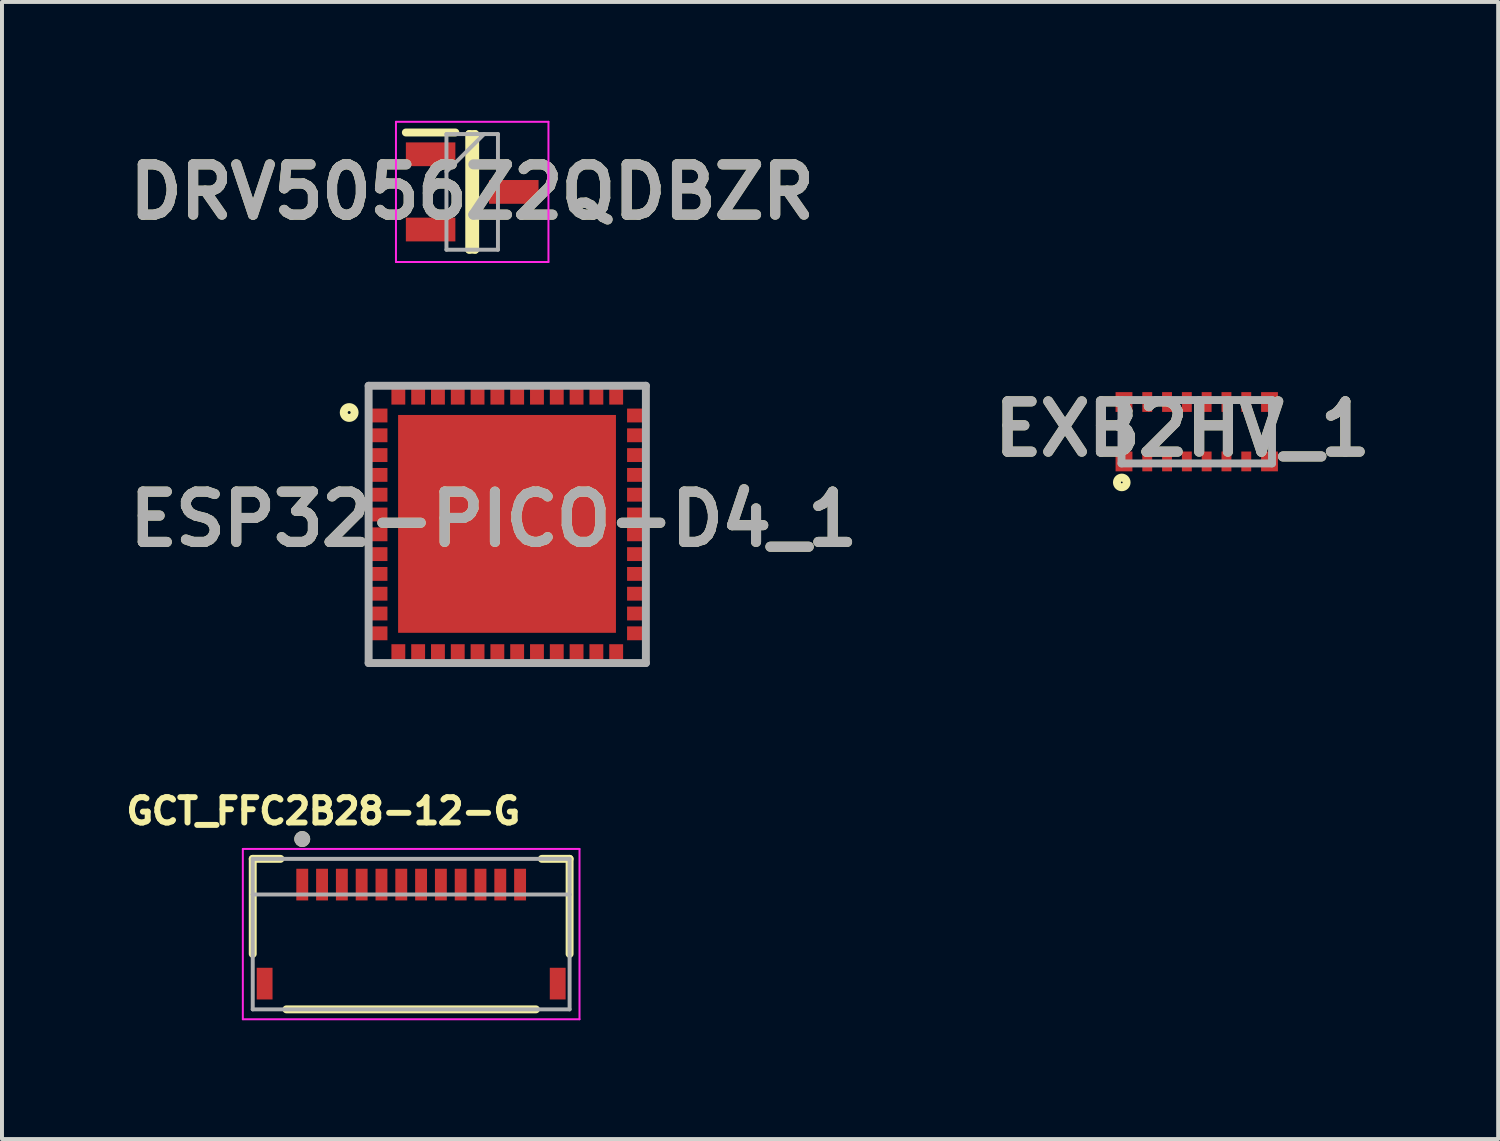
<source format=kicad_pcb>
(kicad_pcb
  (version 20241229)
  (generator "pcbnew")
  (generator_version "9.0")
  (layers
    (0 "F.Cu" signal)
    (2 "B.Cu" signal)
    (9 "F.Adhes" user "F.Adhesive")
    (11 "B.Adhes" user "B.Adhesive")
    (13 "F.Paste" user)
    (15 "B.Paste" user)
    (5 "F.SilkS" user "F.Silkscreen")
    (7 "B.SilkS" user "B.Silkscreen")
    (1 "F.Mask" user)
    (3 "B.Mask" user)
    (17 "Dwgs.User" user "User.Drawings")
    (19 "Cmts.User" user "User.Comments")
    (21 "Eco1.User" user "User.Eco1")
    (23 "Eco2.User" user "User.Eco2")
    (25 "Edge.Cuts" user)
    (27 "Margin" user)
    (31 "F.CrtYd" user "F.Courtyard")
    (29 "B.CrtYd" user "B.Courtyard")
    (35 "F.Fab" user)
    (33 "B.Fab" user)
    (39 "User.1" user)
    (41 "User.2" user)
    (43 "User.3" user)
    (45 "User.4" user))
  (footprint "DRV5056Z2QDBZR"
    (layer "F.Cu")
    (at 8.872 1.795)
    (property "Reference" "DRV5056Z2QDBZR" (at 0 0 0) (layer "F.SilkS") (effects (font (size 1.27 1.27) (thickness 0.254))))
    (attr smd)
    (fp_line (start -1.675 -1.5) (end -0.425 -1.5) (stroke (width 0.2) (type solid)) (layer "F.SilkS"))
    (fp_line (start -0.075 -1.46) (end 0.075 -1.46) (stroke (width 0.2) (type solid)) (layer "F.SilkS"))
    (fp_line (start -0.075 1.46) (end -0.075 -1.46) (stroke (width 0.2) (type solid)) (layer "F.SilkS"))
    (fp_line (start 0.075 -1.46) (end 0.075 1.46) (stroke (width 0.2) (type solid)) (layer "F.SilkS"))
    (fp_line (start 0.075 1.46) (end -0.075 1.46) (stroke (width 0.2) (type solid)) (layer "F.SilkS"))
    (fp_line (start -1.925 -1.77) (end 1.925 -1.77) (stroke (width 0.05) (type solid)) (layer "F.CrtYd"))
    (fp_line (start -1.925 1.77) (end -1.925 -1.77) (stroke (width 0.05) (type solid)) (layer "F.CrtYd"))
    (fp_line (start 1.925 -1.77) (end 1.925 1.77) (stroke (width 0.05) (type solid)) (layer "F.CrtYd"))
    (fp_line (start 1.925 1.77) (end -1.925 1.77) (stroke (width 0.05) (type solid)) (layer "F.CrtYd"))
    (fp_line (start -0.65 -1.46) (end 0.65 -1.46) (stroke (width 0.1) (type solid)) (layer "F.Fab"))
    (fp_line (start -0.65 -0.51) (end 0.3 -1.46) (stroke (width 0.1) (type solid)) (layer "F.Fab"))
    (fp_line (start -0.65 1.46) (end -0.65 -1.46) (stroke (width 0.1) (type solid)) (layer "F.Fab"))
    (fp_line (start 0.65 -1.46) (end 0.65 1.46) (stroke (width 0.1) (type solid)) (layer "F.Fab"))
    (fp_line (start 0.65 1.46) (end -0.65 1.46) (stroke (width 0.1) (type solid)) (layer "F.Fab"))
    (fp_text user "${REFERENCE}" (at 0 0 0) (layer "F.Fab") (effects (font (size 1.27 1.27) (thickness 0.254))))
    (pad "1" smd rect (at -1.05 -0.95 90) (size 0.6 1.25) (layers "F.Cu" "F.Mask" "F.Paste"))
    (pad "2" smd rect (at -1.05 0.95 90) (size 0.6 1.25) (layers "F.Cu" "F.Mask" "F.Paste"))
    (pad "3" smd rect (at 1.05 0 90) (size 0.6 1.25) (layers "F.Cu" "F.Mask" "F.Paste")))
  (footprint "EXB2HV_1"
    (layer "F.Cu")
    (at 27.165 7.85)
    (property "Reference" "EXB2HV_1" (at -0.362 -0.071 0) (layer "F.SilkS") (effects (font (size 1.27 1.27) (thickness 0.254))))
    (attr smd)
    (fp_circle (center -1.893 1.28) (end -1.893 1.302) (stroke (width 0.2) (type solid)) (fill no) (layer "F.SilkS"))
    (fp_line (start -1.9 -0.8) (end 1.9 -0.8) (stroke (width 0.2) (type solid)) (layer "F.Fab"))
    (fp_line (start -1.9 0.8) (end -1.9 -0.8) (stroke (width 0.2) (type solid)) (layer "F.Fab"))
    (fp_line (start 1.9 -0.8) (end 1.9 0.8) (stroke (width 0.2) (type solid)) (layer "F.Fab"))
    (fp_line (start 1.9 0.8) (end -1.9 0.8) (stroke (width 0.2) (type solid)) (layer "F.Fab"))
    (fp_text user "${REFERENCE}" (at -0.362 -0.071 0) (layer "F.Fab") (effects (font (size 1.27 1.27) (thickness 0.254))))
    (pad "1" smd rect (at -1.837 0.75) (size 0.425 0.5) (layers "F.Cu" "F.Mask" "F.Paste"))
    (pad "2" smd rect (at -1.25 0.75) (size 0.25 0.5) (layers "F.Cu" "F.Mask" "F.Paste"))
    (pad "3" smd rect (at -0.75 0.75) (size 0.25 0.5) (layers "F.Cu" "F.Mask" "F.Paste"))
    (pad "4" smd rect (at -0.25 0.75) (size 0.25 0.5) (layers "F.Cu" "F.Mask" "F.Paste"))
    (pad "5" smd rect (at 0.25 0.75) (size 0.25 0.5) (layers "F.Cu" "F.Mask" "F.Paste"))
    (pad "6" smd rect (at 0.75 0.75) (size 0.25 0.5) (layers "F.Cu" "F.Mask" "F.Paste"))
    (pad "7" smd rect (at 1.25 0.75) (size 0.25 0.5) (layers "F.Cu" "F.Mask" "F.Paste"))
    (pad "8" smd rect (at 1.837 0.75) (size 0.425 0.5) (layers "F.Cu" "F.Mask" "F.Paste"))
    (pad "9" smd rect (at 1.837 -0.75) (size 0.425 0.5) (layers "F.Cu" "F.Mask" "F.Paste"))
    (pad "10" smd rect (at 1.25 -0.75) (size 0.25 0.5) (layers "F.Cu" "F.Mask" "F.Paste"))
    (pad "11" smd rect (at 0.75 -0.75) (size 0.25 0.5) (layers "F.Cu" "F.Mask" "F.Paste"))
    (pad "12" smd rect (at 0.25 -0.75) (size 0.25 0.5) (layers "F.Cu" "F.Mask" "F.Paste"))
    (pad "13" smd rect (at -0.25 -0.75) (size 0.25 0.5) (layers "F.Cu" "F.Mask" "F.Paste"))
    (pad "14" smd rect (at -0.75 -0.75) (size 0.25 0.5) (layers "F.Cu" "F.Mask" "F.Paste"))
    (pad "15" smd rect (at -1.25 -0.75) (size 0.25 0.5) (layers "F.Cu" "F.Mask" "F.Paste"))
    (pad "16" smd rect (at -1.837 -0.75) (size 0.425 0.5) (layers "F.Cu" "F.Mask" "F.Paste")))
  (footprint "ESP32-PICO-D4_1"
    (layer "F.Cu")
    (at 9.757 10.19)
    (property "Reference" "ESP32-PICO-D4_1" (at -0.341 -0.132 0) (layer "F.SilkS") (effects (font (size 1.27 1.27) (thickness 0.254))))
    (attr smd)
    (fp_circle (center -3.991 -2.825) (end -3.991 -2.788) (stroke (width 0.2) (type solid)) (fill no) (layer "F.SilkS"))
    (fp_line (start -3.5 -3.5) (end 3.5 -3.5) (stroke (width 0.2) (type solid)) (layer "F.Fab"))
    (fp_line (start -3.5 3.5) (end -3.5 -3.5) (stroke (width 0.2) (type solid)) (layer "F.Fab"))
    (fp_line (start 3.5 -3.5) (end 3.5 3.5) (stroke (width 0.2) (type solid)) (layer "F.Fab"))
    (fp_line (start 3.5 3.5) (end -3.5 3.5) (stroke (width 0.2) (type solid)) (layer "F.Fab"))
    (fp_text user "${REFERENCE}" (at -0.341 -0.132 0) (layer "F.Fab") (effects (font (size 1.27 1.27) (thickness 0.254))))
    (pad "1" smd rect (at -3.3 -2.75 90) (size 0.35 0.55) (layers "F.Cu" "F.Mask" "F.Paste"))
    (pad "2" smd rect (at -3.3 -2.25 90) (size 0.35 0.55) (layers "F.Cu" "F.Mask" "F.Paste"))
    (pad "3" smd rect (at -3.3 -1.75 90) (size 0.35 0.55) (layers "F.Cu" "F.Mask" "F.Paste"))
    (pad "4" smd rect (at -3.3 -1.25 90) (size 0.35 0.55) (layers "F.Cu" "F.Mask" "F.Paste"))
    (pad "5" smd rect (at -3.3 -0.75 90) (size 0.35 0.55) (layers "F.Cu" "F.Mask" "F.Paste"))
    (pad "6" smd rect (at -3.3 -0.25 90) (size 0.35 0.55) (layers "F.Cu" "F.Mask" "F.Paste"))
    (pad "7" smd rect (at -3.3 0.25 90) (size 0.35 0.55) (layers "F.Cu" "F.Mask" "F.Paste"))
    (pad "8" smd rect (at -3.3 0.75 90) (size 0.35 0.55) (layers "F.Cu" "F.Mask" "F.Paste"))
    (pad "9" smd rect (at -3.3 1.25 90) (size 0.35 0.55) (layers "F.Cu" "F.Mask" "F.Paste"))
    (pad "10" smd rect (at -3.3 1.75 90) (size 0.35 0.55) (layers "F.Cu" "F.Mask" "F.Paste"))
    (pad "11" smd rect (at -3.3 2.25 90) (size 0.35 0.55) (layers "F.Cu" "F.Mask" "F.Paste"))
    (pad "12" smd rect (at -3.3 2.75 90) (size 0.35 0.55) (layers "F.Cu" "F.Mask" "F.Paste"))
    (pad "13" smd rect (at -2.75 3.3) (size 0.35 0.55) (layers "F.Cu" "F.Mask" "F.Paste"))
    (pad "14" smd rect (at -2.25 3.3) (size 0.35 0.55) (layers "F.Cu" "F.Mask" "F.Paste"))
    (pad "15" smd rect (at -1.75 3.3) (size 0.35 0.55) (layers "F.Cu" "F.Mask" "F.Paste"))
    (pad "16" smd rect (at -1.25 3.3) (size 0.35 0.55) (layers "F.Cu" "F.Mask" "F.Paste"))
    (pad "17" smd rect (at -0.75 3.3) (size 0.35 0.55) (layers "F.Cu" "F.Mask" "F.Paste"))
    (pad "18" smd rect (at -0.25 3.3) (size 0.35 0.55) (layers "F.Cu" "F.Mask" "F.Paste"))
    (pad "19" smd rect (at 0.25 3.3) (size 0.35 0.55) (layers "F.Cu" "F.Mask" "F.Paste"))
    (pad "20" smd rect (at 0.75 3.3) (size 0.35 0.55) (layers "F.Cu" "F.Mask" "F.Paste"))
    (pad "21" smd rect (at 1.25 3.3) (size 0.35 0.55) (layers "F.Cu" "F.Mask" "F.Paste"))
    (pad "22" smd rect (at 1.75 3.3) (size 0.35 0.55) (layers "F.Cu" "F.Mask" "F.Paste"))
    (pad "23" smd rect (at 2.25 3.3) (size 0.35 0.55) (layers "F.Cu" "F.Mask" "F.Paste"))
    (pad "24" smd rect (at 2.75 3.3) (size 0.35 0.55) (layers "F.Cu" "F.Mask" "F.Paste"))
    (pad "25" smd rect (at 3.3 2.75 90) (size 0.35 0.55) (layers "F.Cu" "F.Mask" "F.Paste"))
    (pad "26" smd rect (at 3.3 2.25 90) (size 0.35 0.55) (layers "F.Cu" "F.Mask" "F.Paste"))
    (pad "27" smd rect (at 3.3 1.75 90) (size 0.35 0.55) (layers "F.Cu" "F.Mask" "F.Paste"))
    (pad "28" smd rect (at 3.3 1.25 90) (size 0.35 0.55) (layers "F.Cu" "F.Mask" "F.Paste"))
    (pad "29" smd rect (at 3.3 0.75 90) (size 0.35 0.55) (layers "F.Cu" "F.Mask" "F.Paste"))
    (pad "30" smd rect (at 3.3 0.25 90) (size 0.35 0.55) (layers "F.Cu" "F.Mask" "F.Paste"))
    (pad "31" smd rect (at 3.3 -0.25 90) (size 0.35 0.55) (layers "F.Cu" "F.Mask" "F.Paste"))
    (pad "32" smd rect (at 3.3 -0.75 90) (size 0.35 0.55) (layers "F.Cu" "F.Mask" "F.Paste"))
    (pad "33" smd rect (at 3.3 -1.25 90) (size 0.35 0.55) (layers "F.Cu" "F.Mask" "F.Paste"))
    (pad "34" smd rect (at 3.3 -1.75 90) (size 0.35 0.55) (layers "F.Cu" "F.Mask" "F.Paste"))
    (pad "35" smd rect (at 3.3 -2.25 90) (size 0.35 0.55) (layers "F.Cu" "F.Mask" "F.Paste"))
    (pad "36" smd rect (at 3.3 -2.75 90) (size 0.35 0.55) (layers "F.Cu" "F.Mask" "F.Paste"))
    (pad "37" smd rect (at 2.75 -3.3) (size 0.35 0.55) (layers "F.Cu" "F.Mask" "F.Paste"))
    (pad "38" smd rect (at 2.25 -3.3) (size 0.35 0.55) (layers "F.Cu" "F.Mask" "F.Paste"))
    (pad "39" smd rect (at 1.75 -3.3) (size 0.35 0.55) (layers "F.Cu" "F.Mask" "F.Paste"))
    (pad "40" smd rect (at 1.25 -3.3) (size 0.35 0.55) (layers "F.Cu" "F.Mask" "F.Paste"))
    (pad "41" smd rect (at 0.75 -3.3) (size 0.35 0.55) (layers "F.Cu" "F.Mask" "F.Paste"))
    (pad "42" smd rect (at 0.25 -3.3) (size 0.35 0.55) (layers "F.Cu" "F.Mask" "F.Paste"))
    (pad "43" smd rect (at -0.25 -3.3) (size 0.35 0.55) (layers "F.Cu" "F.Mask" "F.Paste"))
    (pad "44" smd rect (at -0.75 -3.3) (size 0.35 0.55) (layers "F.Cu" "F.Mask" "F.Paste"))
    (pad "45" smd rect (at -1.25 -3.3) (size 0.35 0.55) (layers "F.Cu" "F.Mask" "F.Paste"))
    (pad "46" smd rect (at -1.75 -3.3) (size 0.35 0.55) (layers "F.Cu" "F.Mask" "F.Paste"))
    (pad "47" smd rect (at -2.25 -3.3) (size 0.35 0.55) (layers "F.Cu" "F.Mask" "F.Paste"))
    (pad "48" smd rect (at -2.75 -3.3) (size 0.35 0.55) (layers "F.Cu" "F.Mask" "F.Paste"))
    (pad "49" smd rect (at -0.006 -0.013 90) (size 5.5 5.5) (layers "F.Cu" "F.Mask" "F.Paste")))
  (footprint "GCT_FFC2B28-12-G"
    (layer "F.Cu")
    (at 7.331 20.534)
    (property "Reference" "GCT_FFC2B28-12-G" (at -2.218 -3.106 0) (layer "F.SilkS") (effects (font (size 0.64 0.64) (thickness 0.15))))
    (attr smd)
    (fp_line (start -4 -1.9) (end -3.3 -1.9) (stroke (width 0.2) (type solid)) (layer "F.SilkS"))
    (fp_line (start -4 0.5) (end -4 -1.9) (stroke (width 0.2) (type solid)) (layer "F.SilkS"))
    (fp_line (start -3.15 1.9) (end 3.15 1.9) (stroke (width 0.2) (type solid)) (layer "F.SilkS"))
    (fp_line (start 3.3 -1.9) (end 4 -1.9) (stroke (width 0.2) (type solid)) (layer "F.SilkS"))
    (fp_line (start 4 -1.9) (end 4 0.5) (stroke (width 0.2) (type solid)) (layer "F.SilkS"))
    (fp_circle (center -2.75 -2.4) (end -2.65 -2.4) (stroke (width 0.2) (type solid)) (fill no) (layer "F.SilkS"))
    (fp_line (start -4.25 -2.15) (end -4.25 2.15) (stroke (width 0.05) (type solid)) (layer "F.CrtYd"))
    (fp_line (start -4.25 2.15) (end 4.25 2.15) (stroke (width 0.05) (type solid)) (layer "F.CrtYd"))
    (fp_line (start 4.25 -2.15) (end -4.25 -2.15) (stroke (width 0.05) (type solid)) (layer "F.CrtYd"))
    (fp_line (start 4.25 2.15) (end 4.25 -2.15) (stroke (width 0.05) (type solid)) (layer "F.CrtYd"))
    (fp_line (start -4 -1.9) (end 4 -1.9) (stroke (width 0.1) (type solid)) (layer "F.Fab"))
    (fp_line (start -4 -1) (end -4 -1.9) (stroke (width 0.1) (type solid)) (layer "F.Fab"))
    (fp_line (start -4 -1) (end 4 -1) (stroke (width 0.1) (type solid)) (layer "F.Fab"))
    (fp_line (start -4 1.9) (end -4 -1) (stroke (width 0.1) (type solid)) (layer "F.Fab"))
    (fp_line (start 4 -1.9) (end 4 -1) (stroke (width 0.1) (type solid)) (layer "F.Fab"))
    (fp_line (start 4 -1) (end 4 1.9) (stroke (width 0.1) (type solid)) (layer "F.Fab"))
    (fp_line (start 4 1.9) (end -4 1.9) (stroke (width 0.1) (type solid)) (layer "F.Fab"))
    (fp_circle (center -2.75 -2.4) (end -2.65 -2.4) (stroke (width 0.2) (type solid)) (fill no) (layer "F.Fab"))
    (pad "1" smd rect (at -2.75 -1.25) (size 0.3 0.8) (layers "F.Cu" "F.Mask" "F.Paste"))
    (pad "2" smd rect (at -2.25 -1.25) (size 0.3 0.8) (layers "F.Cu" "F.Mask" "F.Paste"))
    (pad "3" smd rect (at -1.75 -1.25) (size 0.3 0.8) (layers "F.Cu" "F.Mask" "F.Paste"))
    (pad "4" smd rect (at -1.25 -1.25) (size 0.3 0.8) (layers "F.Cu" "F.Mask" "F.Paste"))
    (pad "5" smd rect (at -0.75 -1.25) (size 0.3 0.8) (layers "F.Cu" "F.Mask" "F.Paste"))
    (pad "6" smd rect (at -0.25 -1.25) (size 0.3 0.8) (layers "F.Cu" "F.Mask" "F.Paste"))
    (pad "7" smd rect (at 0.25 -1.25) (size 0.3 0.8) (layers "F.Cu" "F.Mask" "F.Paste"))
    (pad "8" smd rect (at 0.75 -1.25) (size 0.3 0.8) (layers "F.Cu" "F.Mask" "F.Paste"))
    (pad "9" smd rect (at 1.25 -1.25) (size 0.3 0.8) (layers "F.Cu" "F.Mask" "F.Paste"))
    (pad "10" smd rect (at 1.75 -1.25) (size 0.3 0.8) (layers "F.Cu" "F.Mask" "F.Paste"))
    (pad "11" smd rect (at 2.25 -1.25) (size 0.3 0.8) (layers "F.Cu" "F.Mask" "F.Paste"))
    (pad "12" smd rect (at 2.75 -1.25) (size 0.3 0.8) (layers "F.Cu" "F.Mask" "F.Paste"))
    (pad "S1" smd rect (at -3.7 1.25) (size 0.4 0.8) (layers "F.Cu" "F.Mask" "F.Paste"))
    (pad "S2" smd rect (at 3.7 1.25) (size 0.4 0.8) (layers "F.Cu" "F.Mask" "F.Paste")))
  (gr_rect
    (start -3 -3)
    (end 34.775 25.709)
    (stroke (width 0.1) (type default))
    (fill no)
    (layer "Edge.Cuts")))
</source>
